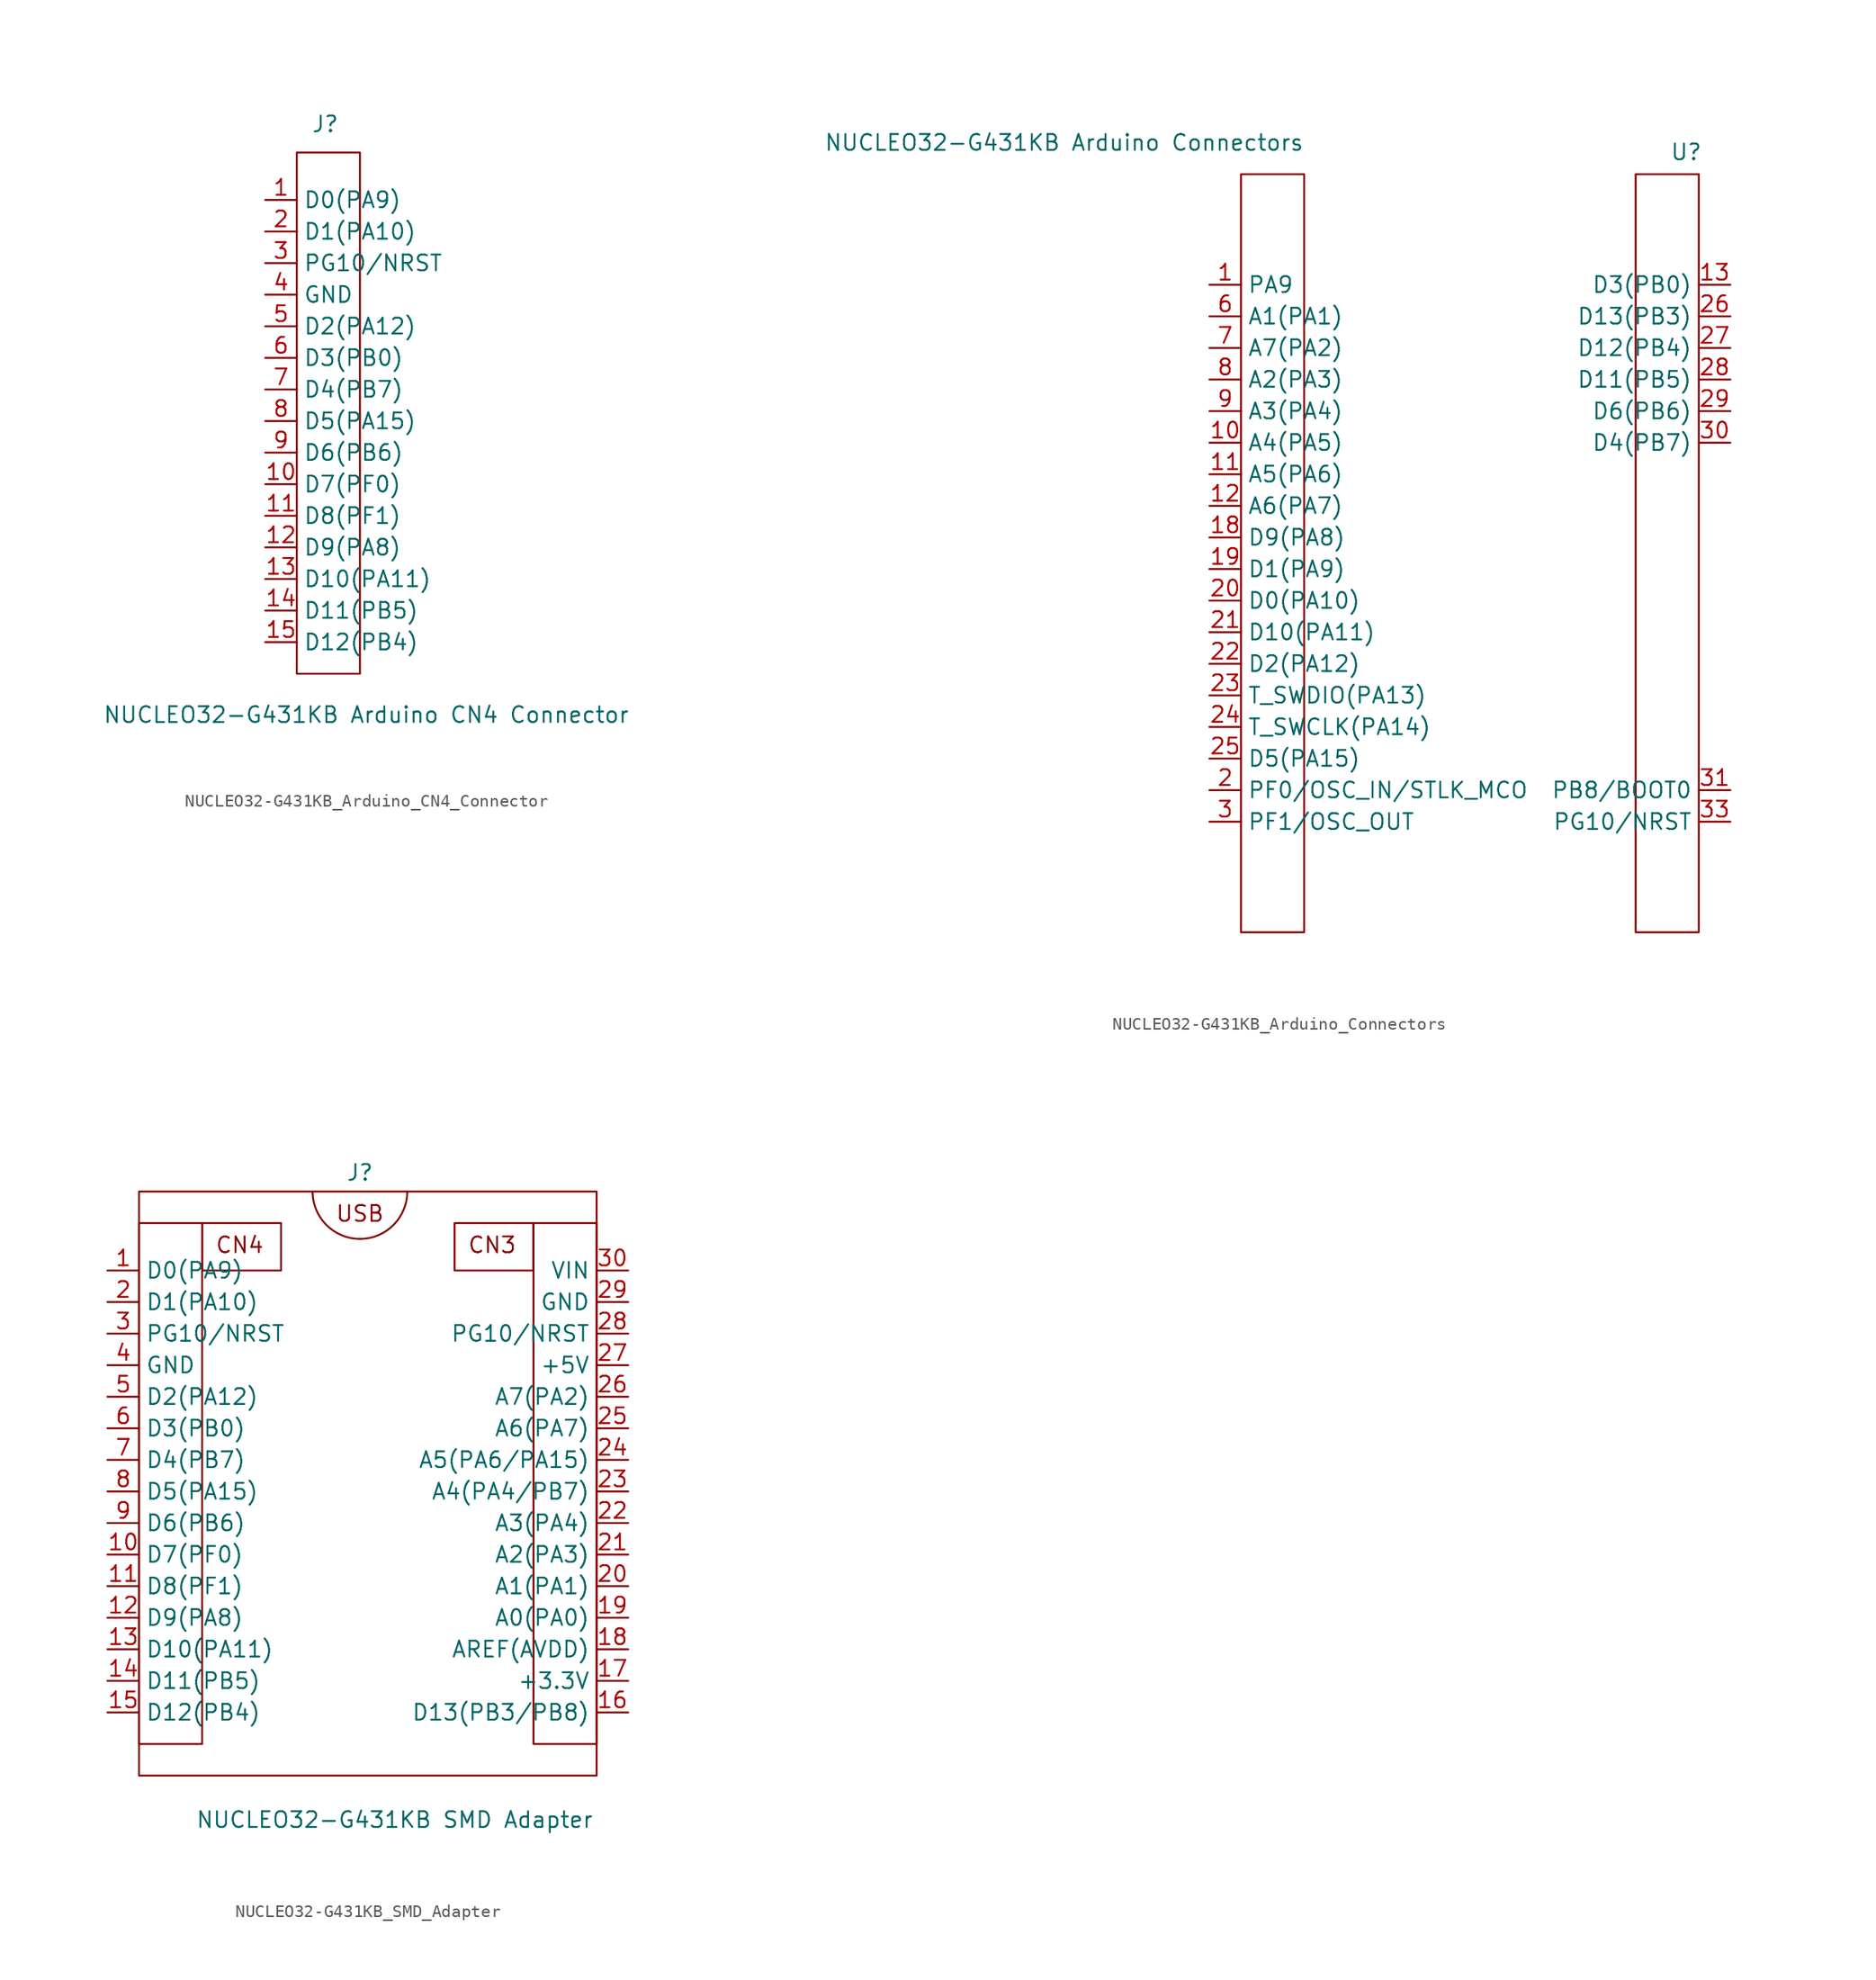
<source format=kicad_sym>
(kicad_symbol_lib
  (version 20231120)
  (generator "kicad_symbol_editor")
  (generator_version "8.0")
  (symbol "NUCLEO32-G431KB_Arduino_CN4_Connector"
    (property "Reference" "J"
      (at -0.254 1.016 0)
      (effects (font (size 1.27 1.27))))
    (property "Value" "NUCLEO32-G431KB Arduino CN4 Connector"
      (at 3.048 -46.482 0)
      (effects (font (size 1.27 1.27))))
    (symbol "NUCLEO32-G431KB_Arduino_CN4_Connector_0_1"
      (rectangle (start -2.54 -1.27) (end 2.54 -43.18) (stroke (width 0) (type default)) (fill (type none))))
    (symbol "NUCLEO32-G431KB_Arduino_CN4_Connector_1_1"
      (pin bidirectional line (at -5.08 -5.08 0) (length 2.54) (name "D0(PA9)" (effects (font (size 1.27 1.27)))) (number "1" (effects (font (size 1.27 1.27)))))
      (pin bidirectional line (at -5.08 -27.94 0) (length 2.54) (name "D7(PF0)" (effects (font (size 1.27 1.27)))) (number "10" (effects (font (size 1.27 1.27)))))
      (pin bidirectional line (at -5.08 -30.48 0) (length 2.54) (name "D8(PF1)" (effects (font (size 1.27 1.27)))) (number "11" (effects (font (size 1.27 1.27)))))
      (pin bidirectional line (at -5.08 -33.02 0) (length 2.54) (name "D9(PA8)" (effects (font (size 1.27 1.27)))) (number "12" (effects (font (size 1.27 1.27)))))
      (pin bidirectional line (at -5.08 -35.56 0) (length 2.54) (name "D10(PA11)" (effects (font (size 1.27 1.27)))) (number "13" (effects (font (size 1.27 1.27)))))
      (pin bidirectional line (at -5.08 -38.1 0) (length 2.54) (name "D11(PB5)" (effects (font (size 1.27 1.27)))) (number "14" (effects (font (size 1.27 1.27)))))
      (pin bidirectional line (at -5.08 -40.64 0) (length 2.54) (name "D12(PB4)" (effects (font (size 1.27 1.27)))) (number "15" (effects (font (size 1.27 1.27)))))
      (pin bidirectional line (at -5.08 -7.62 0) (length 2.54) (name "D1(PA10)" (effects (font (size 1.27 1.27)))) (number "2" (effects (font (size 1.27 1.27)))))
      (pin bidirectional line (at -5.08 -10.16 0) (length 2.54) (name "PG10/NRST" (effects (font (size 1.27 1.27)))) (number "3" (effects (font (size 1.27 1.27)))))
      (pin power_in line (at -5.08 -12.7 0) (length 2.54) (name "GND" (effects (font (size 1.27 1.27)))) (number "4" (effects (font (size 1.27 1.27)))))
      (pin bidirectional line (at -5.08 -15.24 0) (length 2.54) (name "D2(PA12)" (effects (font (size 1.27 1.27)))) (number "5" (effects (font (size 1.27 1.27)))))
      (pin bidirectional line (at -5.08 -17.78 0) (length 2.54) (name "D3(PB0)" (effects (font (size 1.27 1.27)))) (number "6" (effects (font (size 1.27 1.27)))))
      (pin bidirectional line (at -5.08 -20.32 0) (length 2.54) (name "D4(PB7)" (effects (font (size 1.27 1.27)))) (number "7" (effects (font (size 1.27 1.27)))))
      (pin bidirectional line (at -5.08 -22.86 0) (length 2.54) (name "D5(PA15)" (effects (font (size 1.27 1.27)))) (number "8" (effects (font (size 1.27 1.27)))))
      (pin bidirectional line (at -5.08 -25.4 0) (length 2.54) (name "D6(PB6)" (effects (font (size 1.27 1.27)))) (number "9" (effects (font (size 1.27 1.27)))))))
  (symbol "NUCLEO32-G431KB_Arduino_Connectors"
    (property "Reference" "U"
      (at 35.814 1.778 0)
      (effects (font (size 1.27 1.27))))
    (property "Value" "NUCLEO32-G431KB Arduino Connectors"
      (at -14.224 2.54 0)
      (effects (font (size 1.27 1.27))))
    (symbol "NUCLEO32-G431KB_Arduino_Connectors_0_1"
      (rectangle (start 0 0) (end 5.08 -60.96) (stroke (width 0) (type default)) (fill (type none)))
      (rectangle (start 31.75 0) (end 36.83 -60.96) (stroke (width 0) (type default)) (fill (type none))))
    (symbol "NUCLEO32-G431KB_Arduino_Connectors_1_1"
      (pin bidirectional line (at -2.54 -8.89 0) (length 2.54) (name "PA9" (effects (font (size 1.27 1.27)))) (number "1" (effects (font (size 1.27 1.27)))))
      (pin bidirectional line (at -2.54 -21.59 0) (length 2.54) (name "A4(PA5)" (effects (font (size 1.27 1.27)))) (number "10" (effects (font (size 1.27 1.27)))))
      (pin bidirectional line (at -2.54 -24.13 0) (length 2.54) (name "A5(PA6)" (effects (font (size 1.27 1.27)))) (number "11" (effects (font (size 1.27 1.27)))))
      (pin bidirectional line (at -2.54 -26.67 0) (length 2.54) (name "A6(PA7)" (effects (font (size 1.27 1.27)))) (number "12" (effects (font (size 1.27 1.27)))))
      (pin bidirectional line (at 39.37 -8.89 180) (length 2.54) (name "D3(PB0)" (effects (font (size 1.27 1.27)))) (number "13" (effects (font (size 1.27 1.27)))))
      (pin bidirectional line (at -2.54 -29.21 0) (length 2.54) (name "D9(PA8)" (effects (font (size 1.27 1.27)))) (number "18" (effects (font (size 1.27 1.27)))))
      (pin bidirectional line (at -2.54 -31.75 0) (length 2.54) (name "D1(PA9)" (effects (font (size 1.27 1.27)))) (number "19" (effects (font (size 1.27 1.27)))))
      (pin bidirectional line (at -2.54 -49.53 0) (length 2.54) (name "PF0/OSC_IN/STLK_MCO" (effects (font (size 1.27 1.27)))) (number "2" (effects (font (size 1.27 1.27)))))
      (pin bidirectional line (at -2.54 -34.29 0) (length 2.54) (name "D0(PA10)" (effects (font (size 1.27 1.27)))) (number "20" (effects (font (size 1.27 1.27)))))
      (pin bidirectional line (at -2.54 -36.83 0) (length 2.54) (name "D10(PA11)" (effects (font (size 1.27 1.27)))) (number "21" (effects (font (size 1.27 1.27)))))
      (pin bidirectional line (at -2.54 -39.37 0) (length 2.54) (name "D2(PA12)" (effects (font (size 1.27 1.27)))) (number "22" (effects (font (size 1.27 1.27)))))
      (pin bidirectional line (at -2.54 -41.91 0) (length 2.54) (name "T_SWDIO(PA13)" (effects (font (size 1.27 1.27)))) (number "23" (effects (font (size 1.27 1.27)))))
      (pin bidirectional line (at -2.54 -44.45 0) (length 2.54) (name "T_SWCLK(PA14)" (effects (font (size 1.27 1.27)))) (number "24" (effects (font (size 1.27 1.27)))))
      (pin bidirectional line (at -2.54 -46.99 0) (length 2.54) (name "D5(PA15)" (effects (font (size 1.27 1.27)))) (number "25" (effects (font (size 1.27 1.27)))))
      (pin bidirectional line (at 39.37 -11.43 180) (length 2.54) (name "D13(PB3)" (effects (font (size 1.27 1.27)))) (number "26" (effects (font (size 1.27 1.27)))))
      (pin bidirectional line (at 39.37 -13.97 180) (length 2.54) (name "D12(PB4)" (effects (font (size 1.27 1.27)))) (number "27" (effects (font (size 1.27 1.27)))))
      (pin bidirectional line (at 39.37 -16.51 180) (length 2.54) (name "D11(PB5)" (effects (font (size 1.27 1.27)))) (number "28" (effects (font (size 1.27 1.27)))))
      (pin bidirectional line (at 39.37 -19.05 180) (length 2.54) (name "D6(PB6)" (effects (font (size 1.27 1.27)))) (number "29" (effects (font (size 1.27 1.27)))))
      (pin bidirectional line (at -2.54 -52.07 0) (length 2.54) (name "PF1/OSC_OUT" (effects (font (size 1.27 1.27)))) (number "3" (effects (font (size 1.27 1.27)))))
      (pin bidirectional line (at 39.37 -21.59 180) (length 2.54) (name "D4(PB7)" (effects (font (size 1.27 1.27)))) (number "30" (effects (font (size 1.27 1.27)))))
      (pin bidirectional line (at 39.37 -49.53 180) (length 2.54) (name "PB8/BOOT0" (effects (font (size 1.27 1.27)))) (number "31" (effects (font (size 1.27 1.27)))))
      (pin bidirectional line (at 39.37 -52.07 180) (length 2.54) (name "PG10/NRST" (effects (font (size 1.27 1.27)))) (number "33" (effects (font (size 1.27 1.27)))))
      (pin bidirectional line (at -2.54 -11.43 0) (length 2.54) (name "A1(PA1)" (effects (font (size 1.27 1.27)))) (number "6" (effects (font (size 1.27 1.27)))))
      (pin bidirectional line (at -2.54 -13.97 0) (length 2.54) (name "A7(PA2)" (effects (font (size 1.27 1.27)))) (number "7" (effects (font (size 1.27 1.27)))))
      (pin bidirectional line (at -2.54 -16.51 0) (length 2.54) (name "A2(PA3)" (effects (font (size 1.27 1.27)))) (number "8" (effects (font (size 1.27 1.27)))))
      (pin bidirectional line (at -2.54 -19.05 0) (length 2.54) (name "A3(PA4)" (effects (font (size 1.27 1.27)))) (number "9" (effects (font (size 1.27 1.27)))))))
  (symbol "NUCLEO32-G431KB_SMD_Adapter"
    (property "Reference" "J"
      (at 0 1.524 0)
      (effects (font (size 1.27 1.27))))
    (property "Value" "NUCLEO32-G431KB SMD Adapter"
      (at 2.794 -50.546 0)
      (effects (font (size 1.27 1.27))))
    (symbol "NUCLEO32-G431KB_SMD_Adapter_0_1"
      (rectangle (start -17.78 -2.54) (end -12.7 -44.45) (stroke (width 0) (type default)) (fill (type none)))
      (rectangle (start -17.78 0) (end 19.05 -46.99) (stroke (width 0) (type default)) (fill (type none)))
      (arc (start -3.81 0) (mid -2.6941 -2.6941) (end 0 -3.81) (stroke (width 0) (type default)) (fill (type none)))
      (arc (start 0 -3.81) (mid 2.6941 -2.6941) (end 3.81 0) (stroke (width 0) (type default)) (fill (type none)))
      (rectangle (start 13.97 -2.54) (end 19.05 -44.45) (stroke (width 0) (type default)) (fill (type none))))
    (symbol "NUCLEO32-G431KB_SMD_Adapter_1_1"
      (text "USB" (at 0 -1.778 0) (effects (font (size 1.27 1.27))))
      (text_box "CN3" (at 7.62 -2.54 0) (size 6.35 -3.81) (stroke (width 0) (type default)) (fill (type none)) (effects (font (size 1.27 1.27)) (justify left top)))
      (text_box "CN4" (at -12.7 -2.54 0) (size 6.35 -3.81) (stroke (width 0) (type default)) (fill (type none)) (effects (font (size 1.27 1.27)) (justify left top)))
      (pin bidirectional line (at -20.32 -6.35 0) (length 2.54) (name "D0(PA9)" (effects (font (size 1.27 1.27)))) (number "1" (effects (font (size 1.27 1.27)))))
      (pin bidirectional line (at -20.32 -29.21 0) (length 2.54) (name "D7(PF0)" (effects (font (size 1.27 1.27)))) (number "10" (effects (font (size 1.27 1.27)))))
      (pin bidirectional line (at -20.32 -31.75 0) (length 2.54) (name "D8(PF1)" (effects (font (size 1.27 1.27)))) (number "11" (effects (font (size 1.27 1.27)))))
      (pin bidirectional line (at -20.32 -34.29 0) (length 2.54) (name "D9(PA8)" (effects (font (size 1.27 1.27)))) (number "12" (effects (font (size 1.27 1.27)))))
      (pin bidirectional line (at -20.32 -36.83 0) (length 2.54) (name "D10(PA11)" (effects (font (size 1.27 1.27)))) (number "13" (effects (font (size 1.27 1.27)))))
      (pin bidirectional line (at -20.32 -39.37 0) (length 2.54) (name "D11(PB5)" (effects (font (size 1.27 1.27)))) (number "14" (effects (font (size 1.27 1.27)))))
      (pin bidirectional line (at -20.32 -41.91 0) (length 2.54) (name "D12(PB4)" (effects (font (size 1.27 1.27)))) (number "15" (effects (font (size 1.27 1.27)))))
      (pin bidirectional line (at 21.59 -41.91 180) (length 2.54) (name "D13(PB3/PB8)" (effects (font (size 1.27 1.27)))) (number "16" (effects (font (size 1.27 1.27)))))
      (pin power_in line (at 21.59 -39.37 180) (length 2.54) (name "+3.3V" (effects (font (size 1.27 1.27)))) (number "17" (effects (font (size 1.27 1.27)))))
      (pin bidirectional line (at 21.59 -36.83 180) (length 2.54) (name "AREF(AVDD)" (effects (font (size 1.27 1.27)))) (number "18" (effects (font (size 1.27 1.27)))))
      (pin bidirectional line (at 21.59 -34.29 180) (length 2.54) (name "A0(PA0)" (effects (font (size 1.27 1.27)))) (number "19" (effects (font (size 1.27 1.27)))))
      (pin bidirectional line (at -20.32 -8.89 0) (length 2.54) (name "D1(PA10)" (effects (font (size 1.27 1.27)))) (number "2" (effects (font (size 1.27 1.27)))))
      (pin bidirectional line (at 21.59 -31.75 180) (length 2.54) (name "A1(PA1)" (effects (font (size 1.27 1.27)))) (number "20" (effects (font (size 1.27 1.27)))))
      (pin bidirectional line (at 21.59 -29.21 180) (length 2.54) (name "A2(PA3)" (effects (font (size 1.27 1.27)))) (number "21" (effects (font (size 1.27 1.27)))))
      (pin bidirectional line (at 21.59 -26.67 180) (length 2.54) (name "A3(PA4)" (effects (font (size 1.27 1.27)))) (number "22" (effects (font (size 1.27 1.27)))))
      (pin bidirectional line (at 21.59 -24.13 180) (length 2.54) (name "A4(PA4/PB7)" (effects (font (size 1.27 1.27)))) (number "23" (effects (font (size 1.27 1.27)))))
      (pin bidirectional line (at 21.59 -21.59 180) (length 2.54) (name "A5(PA6/PA15)" (effects (font (size 1.27 1.27)))) (number "24" (effects (font (size 1.27 1.27)))))
      (pin bidirectional line (at 21.59 -19.05 180) (length 2.54) (name "A6(PA7)" (effects (font (size 1.27 1.27)))) (number "25" (effects (font (size 1.27 1.27)))))
      (pin bidirectional line (at 21.59 -16.51 180) (length 2.54) (name "A7(PA2)" (effects (font (size 1.27 1.27)))) (number "26" (effects (font (size 1.27 1.27)))))
      (pin power_in line (at 21.59 -13.97 180) (length 2.54) (name "+5V" (effects (font (size 1.27 1.27)))) (number "27" (effects (font (size 1.27 1.27)))))
      (pin bidirectional line (at 21.59 -11.43 180) (length 2.54) (name "PG10/NRST" (effects (font (size 1.27 1.27)))) (number "28" (effects (font (size 1.27 1.27)))))
      (pin power_in line (at 21.59 -8.89 180) (length 2.54) (name "GND" (effects (font (size 1.27 1.27)))) (number "29" (effects (font (size 1.27 1.27)))))
      (pin bidirectional line (at -20.32 -11.43 0) (length 2.54) (name "PG10/NRST" (effects (font (size 1.27 1.27)))) (number "3" (effects (font (size 1.27 1.27)))))
      (pin power_in line (at 21.59 -6.35 180) (length 2.54) (name "VIN" (effects (font (size 1.27 1.27)))) (number "30" (effects (font (size 1.27 1.27)))))
      (pin power_in line (at -20.32 -13.97 0) (length 2.54) (name "GND" (effects (font (size 1.27 1.27)))) (number "4" (effects (font (size 1.27 1.27)))))
      (pin bidirectional line (at -20.32 -16.51 0) (length 2.54) (name "D2(PA12)" (effects (font (size 1.27 1.27)))) (number "5" (effects (font (size 1.27 1.27)))))
      (pin bidirectional line (at -20.32 -19.05 0) (length 2.54) (name "D3(PB0)" (effects (font (size 1.27 1.27)))) (number "6" (effects (font (size 1.27 1.27)))))
      (pin bidirectional line (at -20.32 -21.59 0) (length 2.54) (name "D4(PB7)" (effects (font (size 1.27 1.27)))) (number "7" (effects (font (size 1.27 1.27)))))
      (pin bidirectional line (at -20.32 -24.13 0) (length 2.54) (name "D5(PA15)" (effects (font (size 1.27 1.27)))) (number "8" (effects (font (size 1.27 1.27)))))
      (pin bidirectional line (at -20.32 -26.67 0) (length 2.54) (name "D6(PB6)" (effects (font (size 1.27 1.27)))) (number "9" (effects (font (size 1.27 1.27))))))))
</source>
